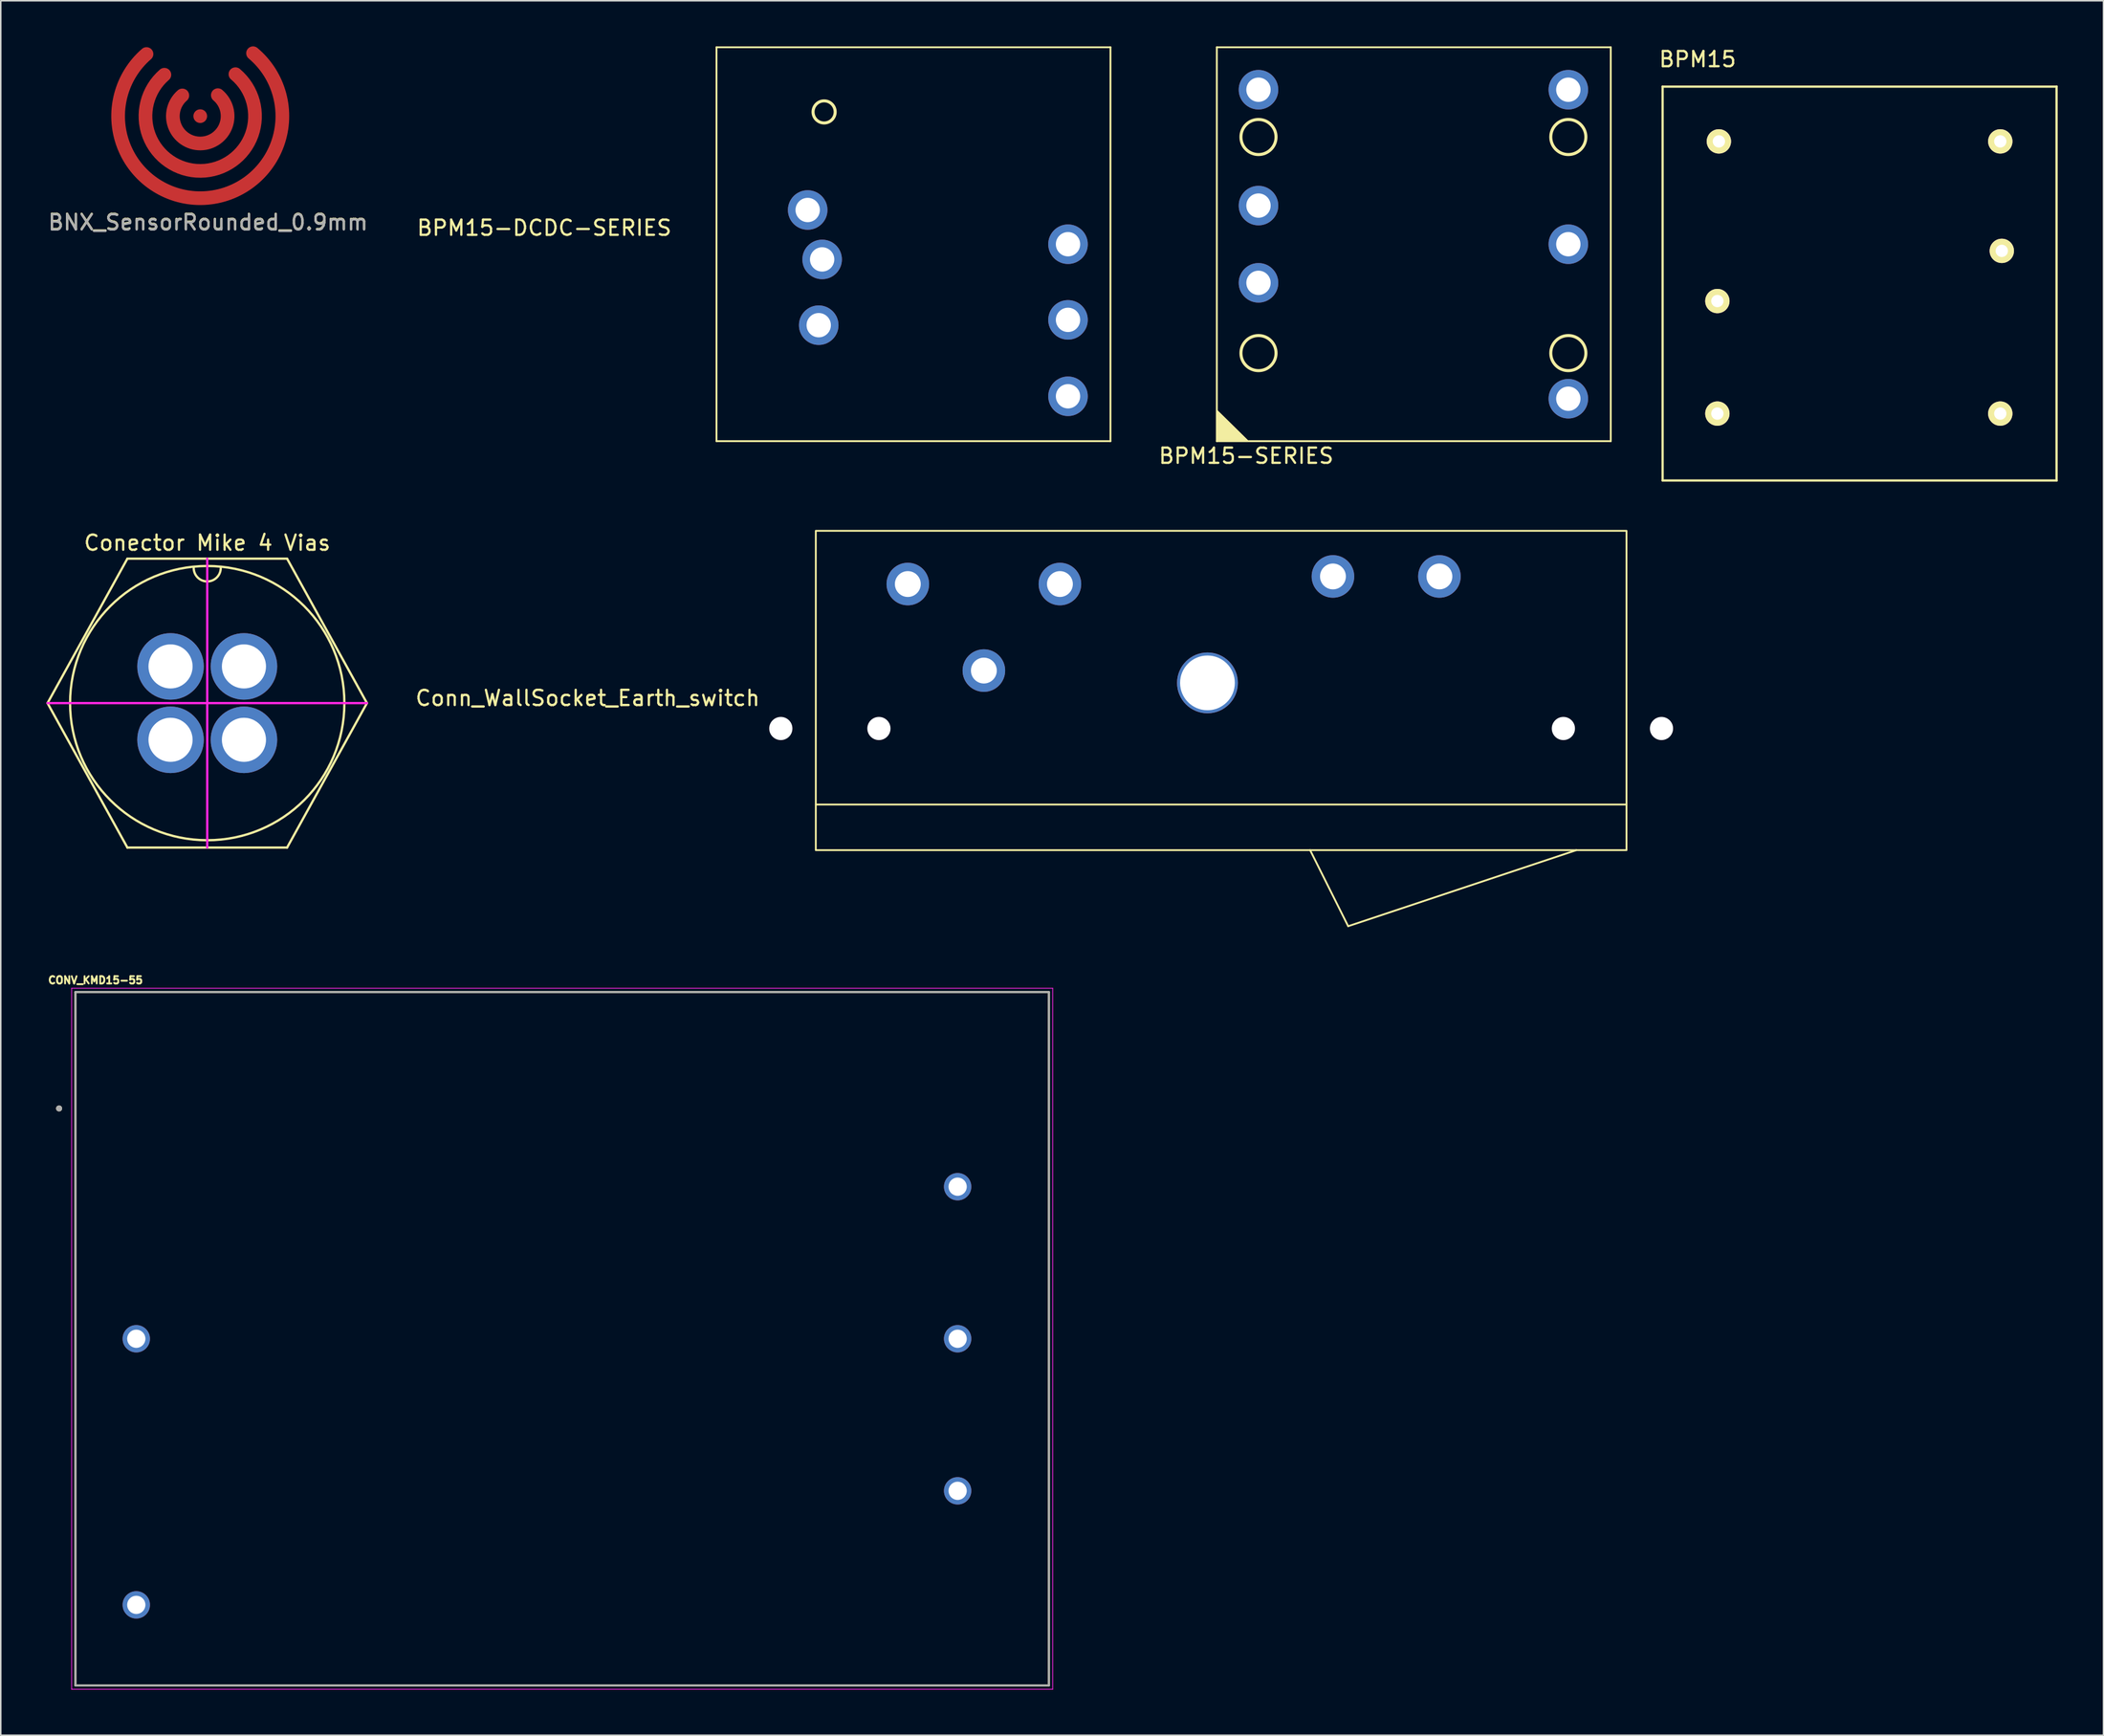
<source format=kicad_pcb>
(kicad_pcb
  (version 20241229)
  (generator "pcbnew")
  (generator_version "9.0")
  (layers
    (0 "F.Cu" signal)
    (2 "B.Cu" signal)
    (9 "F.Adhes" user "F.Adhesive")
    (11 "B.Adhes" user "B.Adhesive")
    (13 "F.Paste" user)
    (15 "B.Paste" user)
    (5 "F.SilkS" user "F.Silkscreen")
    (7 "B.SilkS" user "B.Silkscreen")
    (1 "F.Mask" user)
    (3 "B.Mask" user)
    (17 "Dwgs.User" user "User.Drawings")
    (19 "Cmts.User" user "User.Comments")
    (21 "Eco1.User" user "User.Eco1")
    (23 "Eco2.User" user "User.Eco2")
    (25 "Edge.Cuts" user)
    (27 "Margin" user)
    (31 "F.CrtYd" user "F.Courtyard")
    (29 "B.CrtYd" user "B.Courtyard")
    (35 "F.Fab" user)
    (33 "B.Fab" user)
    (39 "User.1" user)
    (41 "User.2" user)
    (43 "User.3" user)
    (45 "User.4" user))
  (footprint "BPM15-DCDC-SERIES"
    (layer "F.Cu")
    (at 44.057 25.96)
    (property "Reference" "BPM15-DCDC-SERIES" (at -11.325 -14.025 0) (layer "F.SilkS") (effects (font (size 1 1) (thickness 0.15))))
    (attr through_hole)
    (fp_line (start 0 -25.9) (end 0 0) (stroke (width 0.12) (type solid)) (layer "F.SilkS"))
    (fp_line (start 0 -25.9) (end 25.9 -25.9) (stroke (width 0.12) (type solid)) (layer "F.SilkS"))
    (fp_line (start 0 0) (end 25.9 0) (stroke (width 0.12) (type solid)) (layer "F.SilkS"))
    (fp_line (start 25.9 -25.9) (end 25.9 0) (stroke (width 0.12) (type solid)) (layer "F.SilkS"))
    (fp_circle (center 7.075 -21.65) (end 7.802 -21.65) (stroke (width 0.2) (type solid)) (fill no) (layer "F.SilkS"))
    (pad "1" thru_hole circle (at 6.72 -7.625) (size 2.6 2.6) (drill 1.6) (layers "*.Cu" "*.Mask"))
    (pad "2" thru_hole circle (at 6.945 -11.95) (size 2.6 2.6) (drill 1.6) (layers "*.Cu" "*.Mask"))
    (pad "3" thru_hole circle (at 5.995 -15.2) (size 2.6 2.6) (drill 1.6) (layers "*.Cu" "*.Mask"))
    (pad "4" thru_hole circle (at 23.11 -7.975) (size 2.6 2.6) (drill 1.6) (layers "*.Cu" "*.Mask"))
    (pad "5" thru_hole circle (at 23.11 -12.95) (size 2.6 2.6) (drill 1.6) (layers "*.Cu" "*.Mask"))
    (pad "6" thru_hole circle (at 23.11 -2.95) (size 2.6 2.6) (drill 1.6) (layers "*.Cu" "*.Mask")))
  (footprint "BPM15"
    (layer "F.Cu")
    (at 106.259 28.548)
    (property "Reference" "BPM15" (at 2.3 -27.7 0) (layer "F.SilkS") (effects (font (size 1 1) (thickness 0.15))))
    (attr through_hole)
    (fp_line (start 0 -25.9) (end 25.91 -25.9) (stroke (width 0.15) (type solid)) (layer "F.SilkS"))
    (fp_line (start 0 0) (end 0 -25.91) (stroke (width 0.15) (type solid)) (layer "F.SilkS"))
    (fp_line (start 0 0) (end 25.91 0) (stroke (width 0.15) (type solid)) (layer "F.SilkS"))
    (fp_line (start 25.9 0) (end 25.9 -25.91) (stroke (width 0.15) (type solid)) (layer "F.SilkS"))
    (pad "1" thru_hole circle (at 3.6 -4.4) (size 1.6 1.6) (drill 0.81) (layers "*.Cu" "*.Mask" "F.SilkS"))
    (pad "2" thru_hole circle (at 3.6 -11.8) (size 1.6 1.6) (drill 0.81) (layers "*.Cu" "*.Mask" "F.SilkS"))
    (pad "3" thru_hole circle (at 3.7 -22.3) (size 1.6 1.6) (drill 0.81) (layers "*.Cu" "*.Mask" "F.SilkS"))
    (pad "4" thru_hole circle (at 22.2 -22.3) (size 1.6 1.6) (drill 0.81) (layers "*.Cu" "*.Mask" "F.SilkS"))
    (pad "5" thru_hole circle (at 22.3 -15.1) (size 1.6 1.6) (drill 0.81) (layers "*.Cu" "*.Mask" "F.SilkS"))
    (pad "6" thru_hole circle (at 22.2 -4.4) (size 1.6 1.6) (drill 0.81) (layers "*.Cu" "*.Mask" "F.SilkS")))
  (footprint "BNX_SensorRounded_0.9mm"
    (layer "F.Cu")
    (at 10.115 4.585)
    (property "Reference" "BNX_SensorRounded_0.9mm" (at 0.51 6.97 0) (unlocked yes) (layer "F.SilkS") (effects (font (size 1 1) (thickness 0.15))))
    (attr smd)
    (fp_arc (start 1.157038 -1.376351) (mid 0.013673 1.801192) (end -1.177798 -1.358628) (stroke (width 0.9) (type solid)) (layer "F.Cu"))
    (fp_arc (start 2.314698 -2.755997) (mid 0.028502 3.603952) (end -2.358 -2.719042) (stroke (width 0.9) (type solid)) (layer "F.Cu"))
    (fp_arc (start 3.471715 -4.134877) (mid 0.040764 5.398921) (end -3.533756 -4.081983) (stroke (width 0.9) (type solid)) (layer "F.Cu"))
    (fp_circle (center 0.000022 0.003) (end 0.262 0.235) (stroke (width 0.2) (type solid)) (fill yes) (layer "F.Cu"))
    (fp_text user "${REFERENCE}" (at 0.51 7 0) (unlocked yes) (layer "F.Fab") (effects (font (size 1 1) (thickness 0.15)))))
  (footprint "Conector Mike 4 Vias"
    (layer "F.Cu")
    (at 10.575 43.188)
    (property "Reference" "Conector Mike 4 Vias" (at 0 -10.541 0) (layer "F.SilkS") (effects (font (size 1 1) (thickness 0.15))))
    (attr through_hole)
    (fp_line (start -10.5 0) (end -5.25 -9.5) (stroke (width 0.15) (type solid)) (layer "F.SilkS"))
    (fp_line (start -5.25 -9.5) (end 5.25 -9.5) (stroke (width 0.15) (type solid)) (layer "F.SilkS"))
    (fp_line (start -5.25 9.5) (end -10.5 0) (stroke (width 0.15) (type solid)) (layer "F.SilkS"))
    (fp_line (start -5.25 9.5) (end 5.25 9.5) (stroke (width 0.15) (type solid)) (layer "F.SilkS"))
    (fp_line (start 5.25 -9.5) (end 10.5 0) (stroke (width 0.15) (type solid)) (layer "F.SilkS"))
    (fp_line (start 5.25 9.5) (end 10.5 0) (stroke (width 0.15) (type solid)) (layer "F.SilkS"))
    (fp_arc (start 0.889 -8.89) (mid 0 -8.001) (end -0.889 -8.89) (stroke (width 0.15) (type solid)) (layer "F.SilkS"))
    (fp_circle (center 0 0) (end 9.017 0) (stroke (width 0.15) (type solid)) (fill no) (layer "F.SilkS"))
    (fp_line (start -10.5 0) (end 10.5 0) (stroke (width 0.15) (type solid)) (layer "F.CrtYd"))
    (fp_line (start 0 -9.5) (end 0 9.5) (stroke (width 0.15) (type solid)) (layer "F.CrtYd"))
    (pad "1" thru_hole circle (at -2.413 -2.413) (size 4.373 4.373) (drill 2.9) (layers "*.Cu" "*.Mask"))
    (pad "2" thru_hole circle (at -2.413 2.413) (size 4.373 4.373) (drill 2.9) (layers "*.Cu" "*.Mask"))
    (pad "3" thru_hole circle (at 2.413 2.413) (size 4.373 4.373) (drill 2.9) (layers "*.Cu" "*.Mask"))
    (pad "4" thru_hole circle (at 2.413 -2.413) (size 4.373 4.373) (drill 2.9) (layers "*.Cu" "*.Mask")))
  (footprint "CONV_KMD15-55"
    (layer "F.Cu")
    (at 33.91 84.989)
    (property "Reference" "CONV_KMD15-55" (at -30.681 -23.58 0) (layer "F.SilkS") (effects (font (size 0.48 0.48) (thickness 0.15))))
    (attr through_hole)
    (fp_line (start -32 -22.8) (end 32 -22.8) (stroke (width 0.127) (type solid)) (layer "F.SilkS"))
    (fp_line (start -32 22.8) (end -32 -22.8) (stroke (width 0.127) (type solid)) (layer "F.SilkS"))
    (fp_line (start 32 -22.8) (end 32 22.8) (stroke (width 0.127) (type solid)) (layer "F.SilkS"))
    (fp_line (start 32 22.8) (end -32 22.8) (stroke (width 0.127) (type solid)) (layer "F.SilkS"))
    (fp_circle (center -33.075 -15.145) (end -32.975 -15.145) (stroke (width 0.2) (type solid)) (fill no) (layer "F.SilkS"))
    (fp_line (start -32.25 -23.05) (end 32.25 -23.05) (stroke (width 0.05) (type solid)) (layer "F.CrtYd"))
    (fp_line (start -32.25 23.05) (end -32.25 -23.05) (stroke (width 0.05) (type solid)) (layer "F.CrtYd"))
    (fp_line (start 32.25 -23.05) (end 32.25 23.05) (stroke (width 0.05) (type solid)) (layer "F.CrtYd"))
    (fp_line (start 32.25 23.05) (end -32.25 23.05) (stroke (width 0.05) (type solid)) (layer "F.CrtYd"))
    (fp_line (start -32 -22.8) (end 32 -22.8) (stroke (width 0.127) (type solid)) (layer "F.Fab"))
    (fp_line (start -32 22.8) (end -32 -22.8) (stroke (width 0.127) (type solid)) (layer "F.Fab"))
    (fp_line (start 32 -22.8) (end 32 22.8) (stroke (width 0.127) (type solid)) (layer "F.Fab"))
    (fp_line (start 32 22.8) (end -32 22.8) (stroke (width 0.127) (type solid)) (layer "F.Fab"))
    (fp_circle (center -33.075 -15.145) (end -32.975 -15.145) (stroke (width 0.2) (type solid)) (fill no) (layer "F.Fab"))
    (pad "2" thru_hole circle (at -28 0) (size 1.8 1.8) (drill 1.2) (layers "*.Cu" "*.Mask"))
    (pad "3" thru_hole circle (at -28 17.5) (size 1.8 1.8) (drill 1.2) (layers "*.Cu" "*.Mask"))
    (pad "4" thru_hole circle (at 26 -10) (size 1.8 1.8) (drill 1.2) (layers "*.Cu" "*.Mask"))
    (pad "5" thru_hole circle (at 26 0) (size 1.8 1.8) (drill 1.2) (layers "*.Cu" "*.Mask"))
    (pad "7" thru_hole circle (at 26 10) (size 1.8 1.8) (drill 1.2) (layers "*.Cu" "*.Mask")))
  (footprint "BPM15-SERIES"
    (layer "F.Cu")
    (at 76.95 25.96)
    (property "Reference" "BPM15-SERIES" (at 1.93 0.97 0) (layer "F.SilkS") (effects (font (size 1 1) (thickness 0.15))))
    (attr through_hole)
    (fp_line (start 0 -25.9) (end 0 0) (stroke (width 0.12) (type solid)) (layer "F.SilkS"))
    (fp_line (start 0 -25.9) (end 25.9 -25.9) (stroke (width 0.12) (type solid)) (layer "F.SilkS"))
    (fp_line (start 0 0) (end 25.9 0) (stroke (width 0.12) (type solid)) (layer "F.SilkS"))
    (fp_line (start 0.02 -1.99) (end 2 -0.04) (stroke (width 0.1) (type solid)) (layer "F.SilkS"))
    (fp_line (start 25.9 -25.9) (end 25.9 0) (stroke (width 0.12) (type solid)) (layer "F.SilkS"))
    (fp_circle (center 2.74 -20) (end 3.894 -20) (stroke (width 0.2) (type solid)) (fill no) (layer "F.SilkS"))
    (fp_circle (center 2.74 -5.79) (end 3.894 -5.79) (stroke (width 0.2) (type solid)) (fill no) (layer "F.SilkS"))
    (fp_circle (center 23.11 -20) (end 24.264 -20) (stroke (width 0.2) (type solid)) (fill no) (layer "F.SilkS"))
    (fp_circle (center 23.11 -5.79) (end 24.264 -5.79) (stroke (width 0.2) (type solid)) (fill no) (layer "F.SilkS"))
    (fp_poly (pts (xy 0.01 -1.98) (xy 2 -0.02) (xy 0.03 -0.02) (xy 0.01 -1.98) (xy 0 -1.99) (xy 0.01 -1.99)) (stroke (width 0.1) (type solid)) (fill yes) (layer "F.SilkS"))
    (pad "1" thru_hole circle (at 2.74 -10.41) (size 2.6 2.6) (drill 1.6) (layers "*.Cu" "*.Mask"))
    (pad "2" thru_hole circle (at 2.74 -15.49) (size 2.6 2.6) (drill 1.6) (layers "*.Cu" "*.Mask"))
    (pad "3" thru_hole circle (at 2.74 -23.11) (size 2.6 2.6) (drill 1.6) (layers "*.Cu" "*.Mask"))
    (pad "4" thru_hole circle (at 23.11 -23.11) (size 2.6 2.6) (drill 1.6) (layers "*.Cu" "*.Mask"))
    (pad "5" thru_hole circle (at 23.11 -12.95) (size 2.6 2.6) (drill 1.6) (layers "*.Cu" "*.Mask"))
    (pad "6" thru_hole circle (at 23.11 -2.79) (size 2.6 2.6) (drill 1.6) (layers "*.Cu" "*.Mask")))
  (footprint "Conn_WallSocket_Earth_switch"
    (layer "F.Cu")
    (at 50.585 52.858)
    (property "Reference" "Conn_WallSocket_Earth_switch" (at -15 -10 0) (unlocked yes) (layer "F.SilkS") (effects (font (size 1 1) (thickness 0.15))))
    (attr through_hole)
    (fp_line (start 0 -3) (end 53.3 -3) (stroke (width 0.12) (type solid)) (layer "F.SilkS"))
    (fp_line (start 35 5) (end 32.5 0) (stroke (width 0.12) (type solid)) (layer "F.SilkS"))
    (fp_line (start 50 0) (end 35 5) (stroke (width 0.12) (type solid)) (layer "F.SilkS"))
    (fp_rect (start 0 0) (end 53.3 -21) (stroke (width 0.12) (type solid)) (fill no) (layer "F.SilkS"))
    (pad "" np_thru_hole circle (at -2.3 -8) (size 1.524 1.524) (drill 3) (layers "*.Cu" "*.Mask"))
    (pad "" np_thru_hole circle (at 4.15 -8) (size 1.524 1.524) (drill 3) (layers "*.Cu" "*.Mask"))
    (pad "" np_thru_hole circle (at 25.75 -11) (size 4 4) (drill 3.6) (layers "*.Cu" "*.Mask"))
    (pad "" np_thru_hole circle (at 49.15 -8) (size 1.524 1.524) (drill 3.2) (layers "*.Cu" "*.Mask"))
    (pad "" np_thru_hole circle (at 55.6 -8) (size 1.524 1.524) (drill 3) (layers "*.Cu" "*.Mask"))
    (pad "1" thru_hole circle (at 41 -18) (size 2.8 2.8) (drill 1.7) (layers "*.Cu" "*.Mask"))
    (pad "2" thru_hole circle (at 34 -18) (size 2.8 2.8) (drill 1.7) (layers "*.Cu" "*.Mask"))
    (pad "3" thru_hole circle (at 16.05 -17.5) (size 2.8 2.8) (drill 1.7) (layers "*.Cu" "*.Mask"))
    (pad "4" thru_hole circle (at 6.05 -17.5) (size 2.8 2.8) (drill 1.7) (layers "*.Cu" "*.Mask"))
    (pad "5" thru_hole circle (at 11.05 -11.81) (size 2.8 2.8) (drill 1.7) (layers "*.Cu" "*.Mask")))
  (gr_rect
    (start -3 -3)
    (end 135.244 111.064)
    (stroke (width 0.1) (type default))
    (fill no)
    (layer "Edge.Cuts")))
</source>
